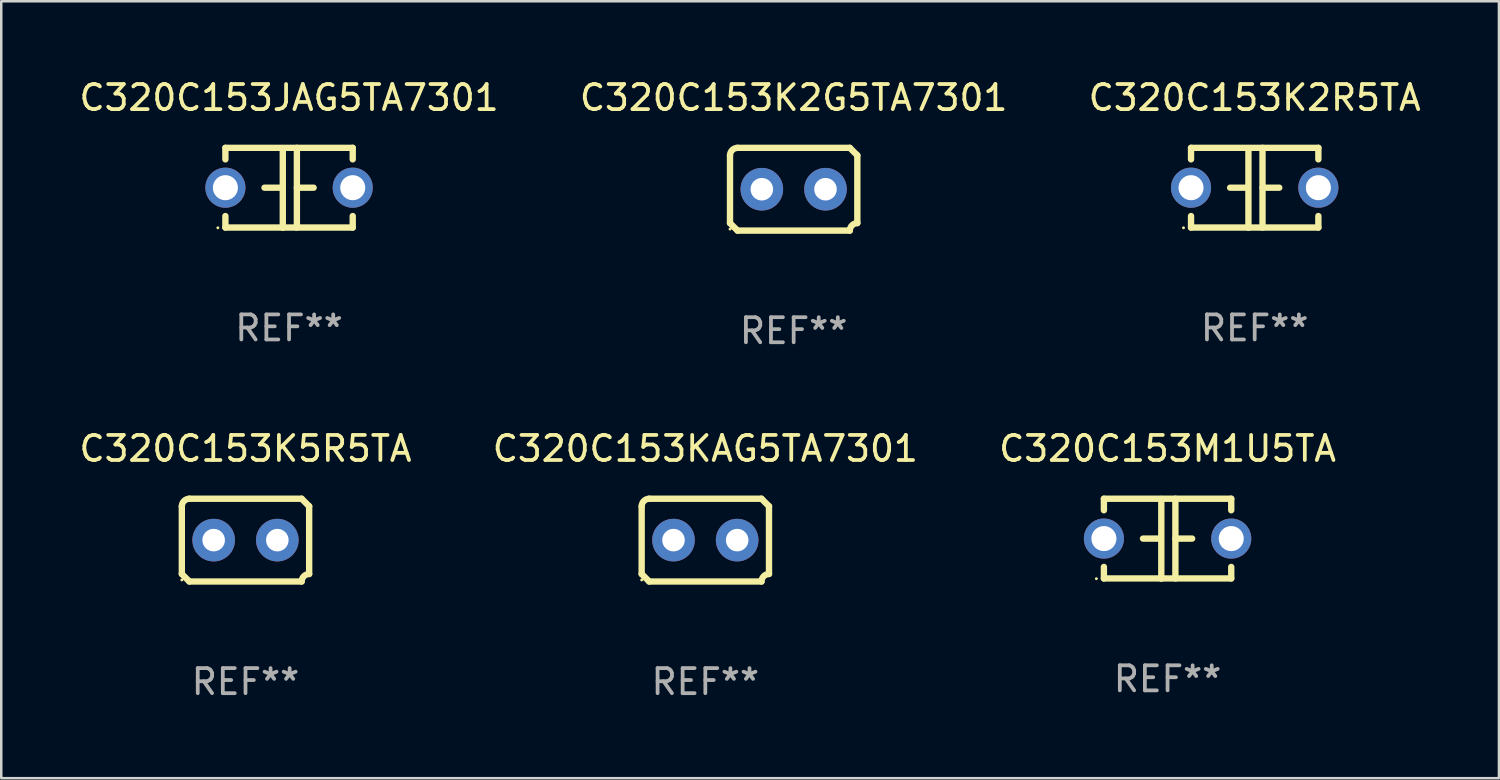
<source format=kicad_pcb>
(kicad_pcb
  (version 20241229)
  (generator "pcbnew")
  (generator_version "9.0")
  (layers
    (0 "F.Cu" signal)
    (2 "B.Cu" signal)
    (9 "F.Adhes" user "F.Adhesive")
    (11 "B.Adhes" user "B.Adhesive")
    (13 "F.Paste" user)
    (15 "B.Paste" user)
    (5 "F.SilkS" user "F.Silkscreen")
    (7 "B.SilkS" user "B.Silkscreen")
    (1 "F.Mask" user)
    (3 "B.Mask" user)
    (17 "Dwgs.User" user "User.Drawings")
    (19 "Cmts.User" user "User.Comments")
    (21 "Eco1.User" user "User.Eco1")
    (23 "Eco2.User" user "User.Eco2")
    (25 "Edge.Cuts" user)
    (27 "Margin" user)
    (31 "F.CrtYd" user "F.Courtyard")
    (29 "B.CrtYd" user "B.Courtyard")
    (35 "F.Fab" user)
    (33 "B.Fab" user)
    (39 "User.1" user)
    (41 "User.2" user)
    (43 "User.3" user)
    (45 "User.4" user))
  (footprint "C320C153JAG5TA7301"
    (layer "F.Cu")
    (at 8.482 4.443)
    (property "Reference" "C320C153JAG5TA7301" (at 0 -3.595 0) (layer "F.SilkS") (effects (font (size 1 1) (thickness 0.15))))
    (attr through_hole)
    (fp_line (start -2.54 -1.595) (end -2.54 -1.136) (stroke (width 0.254) (type solid)) (layer "F.SilkS"))
    (fp_line (start -2.54 -1.595) (end 2.54 -1.595) (stroke (width 0.254) (type solid)) (layer "F.SilkS"))
    (fp_line (start -2.54 1.126) (end -2.54 1.585) (stroke (width 0.254) (type solid)) (layer "F.SilkS"))
    (fp_line (start -0.312 -0.005) (end -0.98 -0.005) (stroke (width 0.254) (type solid)) (layer "F.SilkS"))
    (fp_line (start -0.25 -1.585) (end -0.25 1.595) (stroke (width 0.254) (type solid)) (layer "F.SilkS"))
    (fp_line (start 0.312 -1.595) (end 0.312 1.585) (stroke (width 0.254) (type solid)) (layer "F.SilkS"))
    (fp_line (start 0.312 -0.005) (end 0.98 -0.005) (stroke (width 0.254) (type solid)) (layer "F.SilkS"))
    (fp_line (start 2.54 -1.595) (end 2.54 -1.136) (stroke (width 0.254) (type solid)) (layer "F.SilkS"))
    (fp_line (start 2.54 1.126) (end 2.54 1.585) (stroke (width 0.254) (type solid)) (layer "F.SilkS"))
    (fp_line (start 2.54 1.585) (end -2.54 1.585) (stroke (width 0.254) (type solid)) (layer "F.SilkS"))
    (fp_circle (center -2.84 1.595) (end -2.81 1.595) (stroke (width 0.06) (type solid)) (fill no) (layer "F.SilkS"))
    (fp_text user "REF**" (at 0 5.595 0) (layer "F.Fab") (effects (font (size 1 1) (thickness 0.15))))
    (pad "1" thru_hole circle (at -2.54 -0.005) (size 1.6 1.6) (drill 1) (layers "*.Cu" "*.Mask"))
    (pad "2" thru_hole circle (at 2.54 -0.005) (size 1.6 1.6) (drill 1) (layers "*.Cu" "*.Mask")))
  (footprint "C320C153M1U5TA"
    (layer "F.Cu")
    (at 43.53 18.442)
    (property "Reference" "C320C153M1U5TA" (at 0 -3.595 0) (layer "F.SilkS") (effects (font (size 1 1) (thickness 0.15))))
    (attr through_hole)
    (fp_line (start -2.54 -1.595) (end -2.54 -1.136) (stroke (width 0.254) (type solid)) (layer "F.SilkS"))
    (fp_line (start -2.54 -1.595) (end 2.54 -1.595) (stroke (width 0.254) (type solid)) (layer "F.SilkS"))
    (fp_line (start -2.54 1.126) (end -2.54 1.585) (stroke (width 0.254) (type solid)) (layer "F.SilkS"))
    (fp_line (start -0.312 -0.005) (end -0.98 -0.005) (stroke (width 0.254) (type solid)) (layer "F.SilkS"))
    (fp_line (start -0.25 -1.585) (end -0.25 1.595) (stroke (width 0.254) (type solid)) (layer "F.SilkS"))
    (fp_line (start 0.312 -1.595) (end 0.312 1.585) (stroke (width 0.254) (type solid)) (layer "F.SilkS"))
    (fp_line (start 0.312 -0.005) (end 0.98 -0.005) (stroke (width 0.254) (type solid)) (layer "F.SilkS"))
    (fp_line (start 2.54 -1.595) (end 2.54 -1.136) (stroke (width 0.254) (type solid)) (layer "F.SilkS"))
    (fp_line (start 2.54 1.126) (end 2.54 1.585) (stroke (width 0.254) (type solid)) (layer "F.SilkS"))
    (fp_line (start 2.54 1.585) (end -2.54 1.585) (stroke (width 0.254) (type solid)) (layer "F.SilkS"))
    (fp_circle (center -2.84 1.595) (end -2.81 1.595) (stroke (width 0.06) (type solid)) (fill no) (layer "F.SilkS"))
    (fp_text user "REF**" (at 0 5.595 0) (layer "F.Fab") (effects (font (size 1 1) (thickness 0.15))))
    (pad "1" thru_hole circle (at -2.54 -0.005) (size 1.6 1.6) (drill 1) (layers "*.Cu" "*.Mask"))
    (pad "2" thru_hole circle (at 2.54 -0.005) (size 1.6 1.6) (drill 1) (layers "*.Cu" "*.Mask")))
  (footprint "C320C153K5R5TA"
    (layer "F.Cu")
    (at 6.744 18.498)
    (property "Reference" "C320C153K5R5TA" (at 0 -3.651 0) (layer "F.SilkS") (effects (font (size 1 1) (thickness 0.15))))
    (attr through_hole)
    (fp_line (start -2.54 -1.351) (end -2.54 1.351) (stroke (width 0.254) (type solid)) (layer "F.SilkS"))
    (fp_line (start -2.24 -1.651) (end 2.24 -1.651) (stroke (width 0.254) (type solid)) (layer "F.SilkS"))
    (fp_line (start 2.24 1.651) (end -2.24 1.651) (stroke (width 0.254) (type solid)) (layer "F.SilkS"))
    (fp_line (start 2.54 1.351) (end 2.54 -1.351) (stroke (width 0.254) (type solid)) (layer "F.SilkS"))
    (fp_arc (start -2.540005 -1.351283) (mid -2.450115 -1.561309) (end -2.240005 -1.651003) (stroke (width 0.254001) (type solid)) (layer "F.SilkS"))
    (fp_arc (start -2.240287 1.651001) (mid -2.390163 1.501019) (end -2.540005 1.351003) (stroke (width 0.254001) (type solid)) (layer "F.SilkS"))
    (fp_arc (start 2.240005 1.651003) (mid 2.329934 1.441015) (end 2.540005 1.351282) (stroke (width 0.254001) (type solid)) (layer "F.SilkS"))
    (fp_arc (start 2.540005 -1.351003) (mid 2.389393 -1.500252) (end 2.240284 -1.651003) (stroke (width 0.254001) (type solid)) (layer "F.SilkS"))
    (fp_circle (center -2.54 1.59) (end -2.51 1.59) (stroke (width 0.06) (type solid)) (fill no) (layer "F.SilkS"))
    (fp_text user "REF**" (at 0 5.651 0) (layer "F.Fab") (effects (font (size 1 1) (thickness 0.15))))
    (pad "1" thru_hole circle (at -1.27 0) (size 1.7 1.7) (drill 0.9) (layers "*.Cu" "*.Mask"))
    (pad "2" thru_hole circle (at 1.27 0) (size 1.7 1.7) (drill 0.9) (layers "*.Cu" "*.Mask")))
  (footprint "C320C153K2G5TA7301"
    (layer "F.Cu")
    (at 28.613 4.499)
    (property "Reference" "C320C153K2G5TA7301" (at 0 -3.651 0) (layer "F.SilkS") (effects (font (size 1 1) (thickness 0.15))))
    (attr through_hole)
    (fp_line (start -2.54 -1.351) (end -2.54 1.351) (stroke (width 0.254) (type solid)) (layer "F.SilkS"))
    (fp_line (start -2.24 -1.651) (end 2.24 -1.651) (stroke (width 0.254) (type solid)) (layer "F.SilkS"))
    (fp_line (start 2.24 1.651) (end -2.24 1.651) (stroke (width 0.254) (type solid)) (layer "F.SilkS"))
    (fp_line (start 2.54 1.351) (end 2.54 -1.351) (stroke (width 0.254) (type solid)) (layer "F.SilkS"))
    (fp_arc (start -2.540005 -1.351283) (mid -2.450115 -1.561309) (end -2.240005 -1.651003) (stroke (width 0.254001) (type solid)) (layer "F.SilkS"))
    (fp_arc (start -2.240287 1.651001) (mid -2.390163 1.501019) (end -2.540005 1.351003) (stroke (width 0.254001) (type solid)) (layer "F.SilkS"))
    (fp_arc (start 2.240005 1.651003) (mid 2.329934 1.441015) (end 2.540005 1.351282) (stroke (width 0.254001) (type solid)) (layer "F.SilkS"))
    (fp_arc (start 2.540005 -1.351003) (mid 2.389393 -1.500252) (end 2.240284 -1.651003) (stroke (width 0.254001) (type solid)) (layer "F.SilkS"))
    (fp_circle (center -2.54 1.59) (end -2.51 1.59) (stroke (width 0.06) (type solid)) (fill no) (layer "F.SilkS"))
    (fp_text user "REF**" (at 0 5.651 0) (layer "F.Fab") (effects (font (size 1 1) (thickness 0.15))))
    (pad "1" thru_hole circle (at -1.27 0) (size 1.7 1.7) (drill 0.9) (layers "*.Cu" "*.Mask"))
    (pad "2" thru_hole circle (at 1.27 0) (size 1.7 1.7) (drill 0.9) (layers "*.Cu" "*.Mask")))
  (footprint "C320C153K2R5TA"
    (layer "F.Cu")
    (at 47.006 4.443)
    (property "Reference" "C320C153K2R5TA" (at 0 -3.595 0) (layer "F.SilkS") (effects (font (size 1 1) (thickness 0.15))))
    (attr through_hole)
    (fp_line (start -2.54 -1.595) (end -2.54 -1.136) (stroke (width 0.254) (type solid)) (layer "F.SilkS"))
    (fp_line (start -2.54 -1.595) (end 2.54 -1.595) (stroke (width 0.254) (type solid)) (layer "F.SilkS"))
    (fp_line (start -2.54 1.126) (end -2.54 1.585) (stroke (width 0.254) (type solid)) (layer "F.SilkS"))
    (fp_line (start -0.312 -0.005) (end -0.98 -0.005) (stroke (width 0.254) (type solid)) (layer "F.SilkS"))
    (fp_line (start -0.25 -1.585) (end -0.25 1.595) (stroke (width 0.254) (type solid)) (layer "F.SilkS"))
    (fp_line (start 0.312 -1.595) (end 0.312 1.585) (stroke (width 0.254) (type solid)) (layer "F.SilkS"))
    (fp_line (start 0.312 -0.005) (end 0.98 -0.005) (stroke (width 0.254) (type solid)) (layer "F.SilkS"))
    (fp_line (start 2.54 -1.595) (end 2.54 -1.136) (stroke (width 0.254) (type solid)) (layer "F.SilkS"))
    (fp_line (start 2.54 1.126) (end 2.54 1.585) (stroke (width 0.254) (type solid)) (layer "F.SilkS"))
    (fp_line (start 2.54 1.585) (end -2.54 1.585) (stroke (width 0.254) (type solid)) (layer "F.SilkS"))
    (fp_circle (center -2.84 1.595) (end -2.81 1.595) (stroke (width 0.06) (type solid)) (fill no) (layer "F.SilkS"))
    (fp_text user "REF**" (at 0 5.595 0) (layer "F.Fab") (effects (font (size 1 1) (thickness 0.15))))
    (pad "1" thru_hole circle (at -2.54 -0.005) (size 1.6 1.6) (drill 1) (layers "*.Cu" "*.Mask"))
    (pad "2" thru_hole circle (at 2.54 -0.005) (size 1.6 1.6) (drill 1) (layers "*.Cu" "*.Mask")))
  (footprint "C320C153KAG5TA7301"
    (layer "F.Cu")
    (at 25.089 18.498)
    (property "Reference" "C320C153KAG5TA7301" (at 0 -3.651 0) (layer "F.SilkS") (effects (font (size 1 1) (thickness 0.15))))
    (attr through_hole)
    (fp_line (start -2.54 -1.351) (end -2.54 1.351) (stroke (width 0.254) (type solid)) (layer "F.SilkS"))
    (fp_line (start -2.24 -1.651) (end 2.24 -1.651) (stroke (width 0.254) (type solid)) (layer "F.SilkS"))
    (fp_line (start 2.24 1.651) (end -2.24 1.651) (stroke (width 0.254) (type solid)) (layer "F.SilkS"))
    (fp_line (start 2.54 1.351) (end 2.54 -1.351) (stroke (width 0.254) (type solid)) (layer "F.SilkS"))
    (fp_arc (start -2.540005 -1.351283) (mid -2.450115 -1.561309) (end -2.240005 -1.651003) (stroke (width 0.254001) (type solid)) (layer "F.SilkS"))
    (fp_arc (start -2.240287 1.651001) (mid -2.390163 1.501019) (end -2.540005 1.351003) (stroke (width 0.254001) (type solid)) (layer "F.SilkS"))
    (fp_arc (start 2.240005 1.651003) (mid 2.329934 1.441015) (end 2.540005 1.351282) (stroke (width 0.254001) (type solid)) (layer "F.SilkS"))
    (fp_arc (start 2.540005 -1.351003) (mid 2.389393 -1.500252) (end 2.240284 -1.651003) (stroke (width 0.254001) (type solid)) (layer "F.SilkS"))
    (fp_circle (center -2.54 1.59) (end -2.51 1.59) (stroke (width 0.06) (type solid)) (fill no) (layer "F.SilkS"))
    (fp_text user "REF**" (at 0 5.651 0) (layer "F.Fab") (effects (font (size 1 1) (thickness 0.15))))
    (pad "1" thru_hole circle (at -1.27 0) (size 1.7 1.7) (drill 0.9) (layers "*.Cu" "*.Mask"))
    (pad "2" thru_hole circle (at 1.27 0) (size 1.7 1.7) (drill 0.9) (layers "*.Cu" "*.Mask")))
  (gr_rect
    (start -3 -3)
    (end 56.75 27.997)
    (stroke (width 0.1) (type default))
    (fill no)
    (layer "Edge.Cuts")))
</source>
